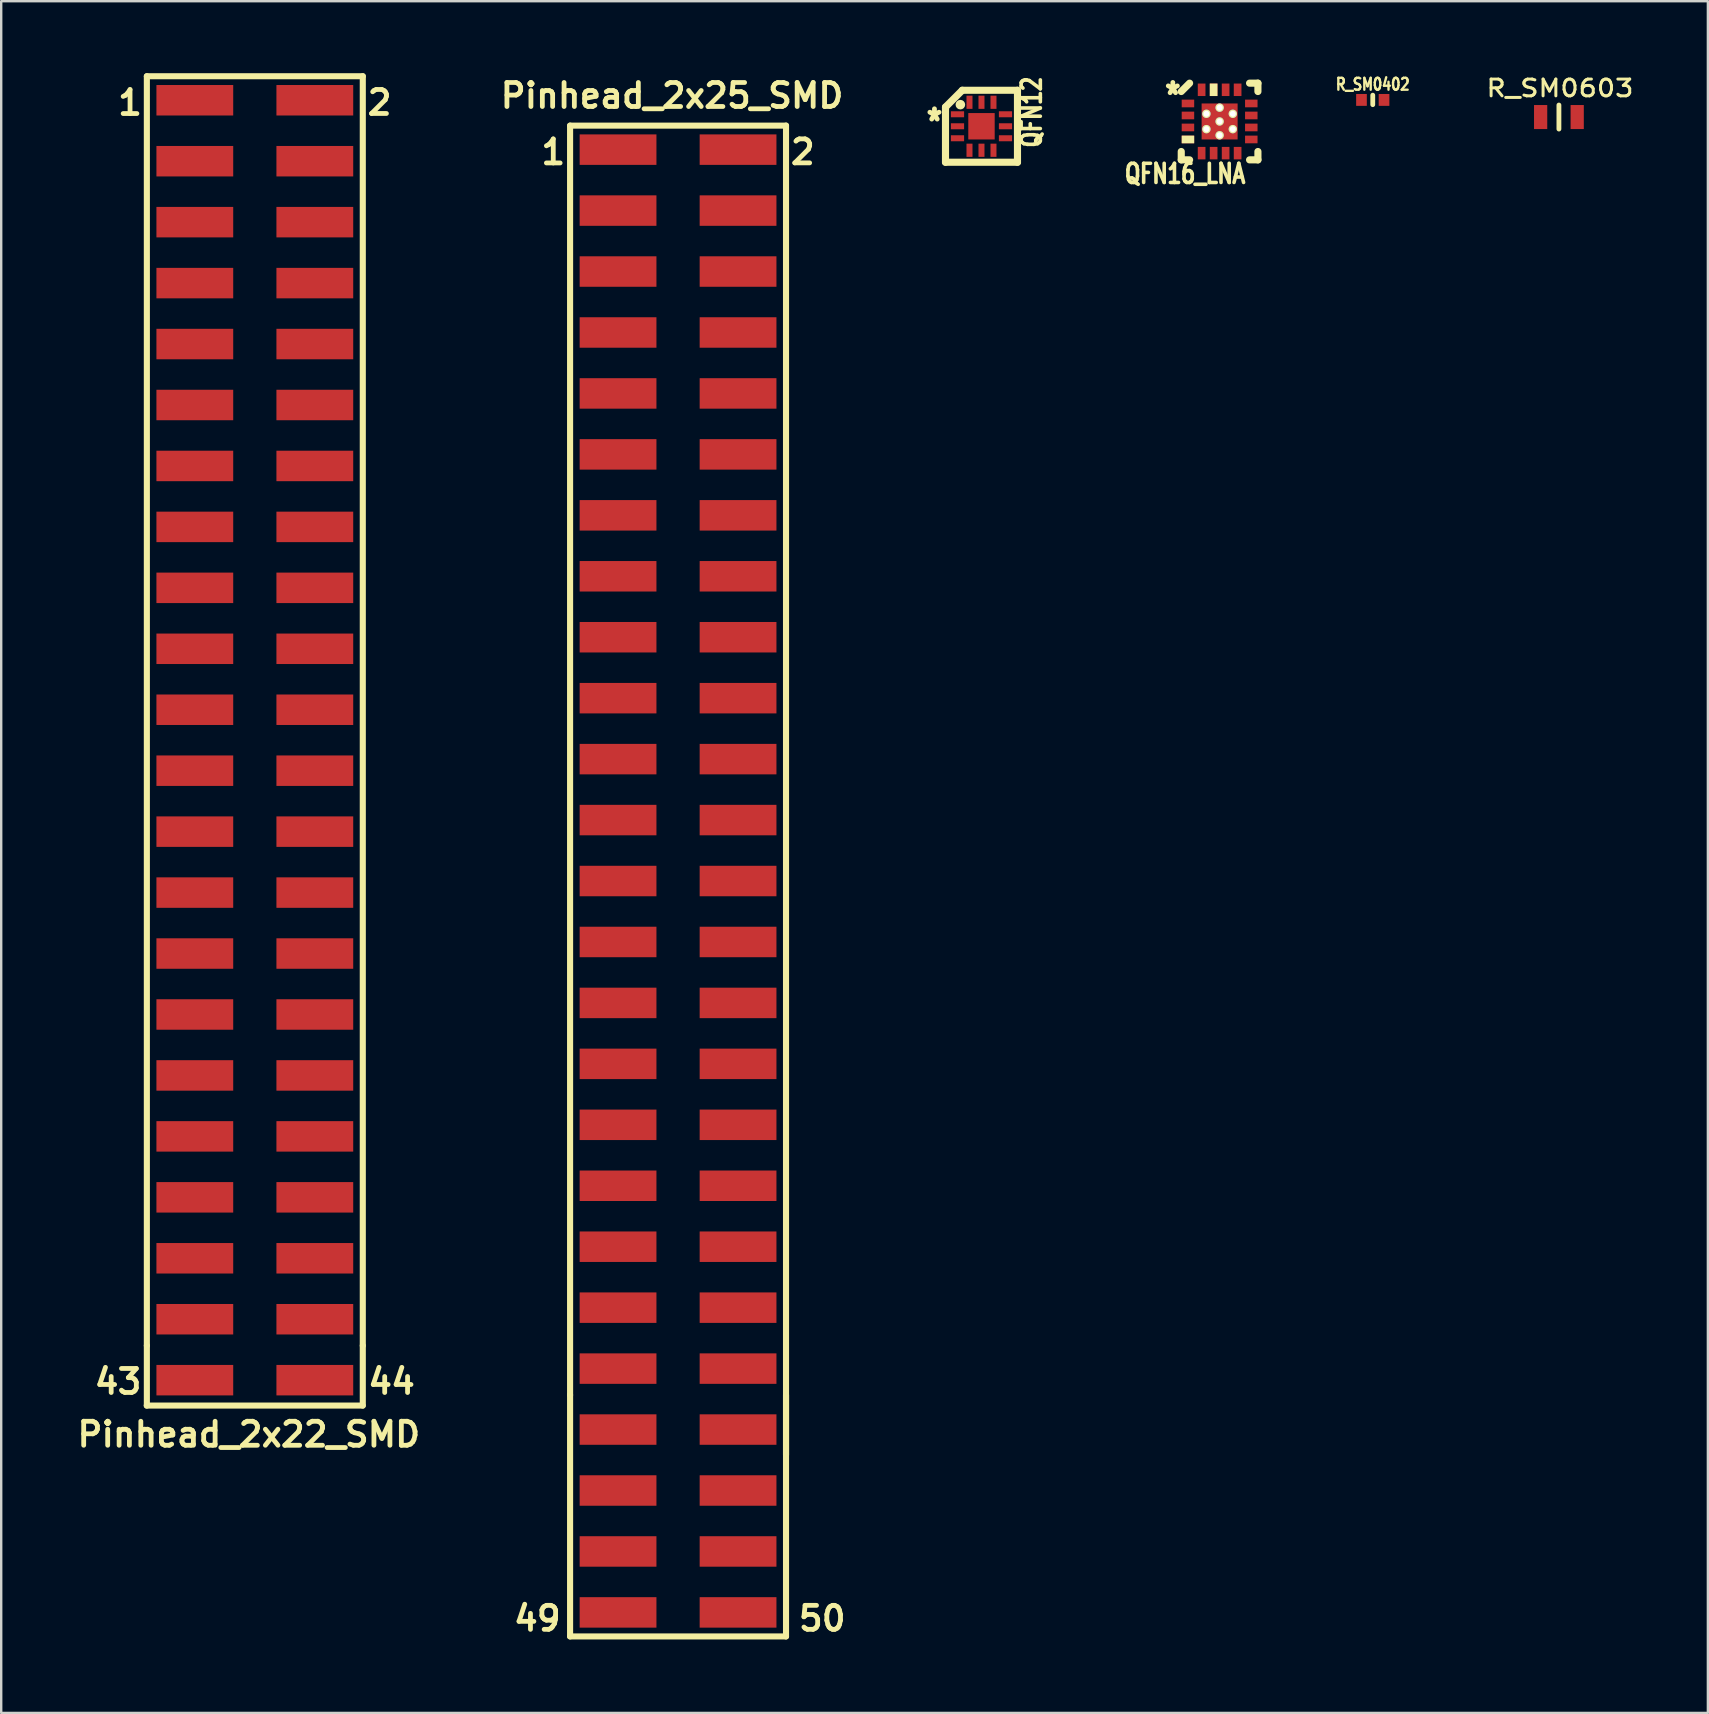
<source format=kicad_pcb>
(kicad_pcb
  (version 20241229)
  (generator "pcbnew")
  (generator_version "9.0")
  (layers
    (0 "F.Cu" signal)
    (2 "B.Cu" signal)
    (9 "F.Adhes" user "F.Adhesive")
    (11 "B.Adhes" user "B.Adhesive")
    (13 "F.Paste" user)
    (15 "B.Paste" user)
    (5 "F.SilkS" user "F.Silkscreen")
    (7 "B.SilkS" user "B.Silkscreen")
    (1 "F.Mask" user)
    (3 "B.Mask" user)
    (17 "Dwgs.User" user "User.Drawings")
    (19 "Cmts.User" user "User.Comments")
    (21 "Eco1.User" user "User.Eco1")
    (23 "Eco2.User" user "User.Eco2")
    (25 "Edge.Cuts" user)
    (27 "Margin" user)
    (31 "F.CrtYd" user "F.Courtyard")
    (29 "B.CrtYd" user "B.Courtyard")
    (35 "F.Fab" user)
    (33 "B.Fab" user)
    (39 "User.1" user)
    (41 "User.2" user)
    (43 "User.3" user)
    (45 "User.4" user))
  (footprint "R_SM0603"
    (layer "F.Cu")
    (at 61.917 1.828)
    (property "Reference" "R_SM0603" (at 0.043 -1.201 0) (layer "F.SilkS") (effects (font (size 0.699 0.798) (thickness 0.124))))
    (attr smd)
    (fp_line (start 0 0.5) (end 0 -0.5) (stroke (width 0.201) (type solid)) (layer "F.SilkS"))
    (pad "1" smd rect (at -0.762 0) (size 0.551 1.001) (layers "F.Cu" "F.Mask" "F.Paste"))
    (pad "2" smd rect (at 0.762 0) (size 0.551 1.001) (layers "F.Cu" "F.Mask" "F.Paste")))
  (footprint "Pinhead_2x25_SMD"
    (layer "F.Cu")
    (at 22.707 3.186)
    (property "Reference" "Pinhead_2x25_SMD" (at 2.25 -2.25 0) (layer "F.SilkS") (effects (font (size 1 1) (thickness 0.2))))
    (attr smd)
    (fp_line (start -1.999 -1.001) (end -1.999 51.9) (stroke (width 0.254) (type solid)) (layer "F.SilkS"))
    (fp_line (start -1.999 -1.001) (end 7 -1.001) (stroke (width 0.254) (type solid)) (layer "F.SilkS"))
    (fp_line (start -1.999 51.9) (end -1.999 61.961) (stroke (width 0.254) (type solid)) (layer "F.SilkS"))
    (fp_line (start -1.999 61.961) (end 7 61.961) (stroke (width 0.254) (type solid)) (layer "F.SilkS"))
    (fp_line (start 7 51.9) (end 7 54.399) (stroke (width 0.254) (type solid)) (layer "F.SilkS"))
    (fp_line (start 7 61.961) (end 7 -1.001) (stroke (width 0.254) (type solid)) (layer "F.SilkS"))
    (fp_text user "1" (at -2.7 0.102 0) (layer "F.SilkS") (effects (font (size 1 1) (thickness 0.2))))
    (fp_text user "50" (at 8.509 61.214 0) (layer "F.SilkS") (effects (font (size 1 1) (thickness 0.2))))
    (fp_text user "2" (at 7.699 0.099 0) (layer "F.SilkS") (effects (font (size 1 1) (thickness 0.2))))
    (fp_text user "49" (at -3.365 61.214 0) (layer "F.SilkS") (effects (font (size 1 1) (thickness 0.2))))
    (pad "1" smd rect (at 0 0) (size 3.2 1.27) (layers "F.Cu" "F.Mask" "F.Paste"))
    (pad "2" smd rect (at 5.001 0) (size 3.2 1.27) (layers "F.Cu" "F.Mask" "F.Paste"))
    (pad "3" smd rect (at 0 2.54) (size 3.2 1.27) (layers "F.Cu" "F.Mask" "F.Paste"))
    (pad "4" smd rect (at 5.001 2.54) (size 3.2 1.27) (layers "F.Cu" "F.Mask" "F.Paste"))
    (pad "5" smd rect (at 0 5.08) (size 3.2 1.27) (layers "F.Cu" "F.Mask" "F.Paste"))
    (pad "6" smd rect (at 5.001 5.08) (size 3.2 1.27) (layers "F.Cu" "F.Mask" "F.Paste"))
    (pad "7" smd rect (at 0 7.62) (size 3.2 1.27) (layers "F.Cu" "F.Mask" "F.Paste"))
    (pad "8" smd rect (at 5.001 7.62) (size 3.2 1.27) (layers "F.Cu" "F.Mask" "F.Paste"))
    (pad "9" smd rect (at 0 10.16) (size 3.2 1.27) (layers "F.Cu" "F.Mask" "F.Paste"))
    (pad "10" smd rect (at 5.001 10.16) (size 3.2 1.27) (layers "F.Cu" "F.Mask" "F.Paste"))
    (pad "11" smd rect (at 0 12.7) (size 3.2 1.27) (layers "F.Cu" "F.Mask" "F.Paste"))
    (pad "12" smd rect (at 5.001 12.7) (size 3.2 1.27) (layers "F.Cu" "F.Mask" "F.Paste"))
    (pad "13" smd rect (at 0 15.24) (size 3.2 1.27) (layers "F.Cu" "F.Mask" "F.Paste"))
    (pad "14" smd rect (at 5.001 15.24) (size 3.2 1.27) (layers "F.Cu" "F.Mask" "F.Paste"))
    (pad "15" smd rect (at 0 17.78) (size 3.2 1.27) (layers "F.Cu" "F.Mask" "F.Paste"))
    (pad "16" smd rect (at 5.001 17.78) (size 3.2 1.27) (layers "F.Cu" "F.Mask" "F.Paste"))
    (pad "17" smd rect (at 0 20.32) (size 3.2 1.27) (layers "F.Cu" "F.Mask" "F.Paste"))
    (pad "18" smd rect (at 5.001 20.32) (size 3.2 1.27) (layers "F.Cu" "F.Mask" "F.Paste"))
    (pad "19" smd rect (at 0 22.86) (size 3.2 1.27) (layers "F.Cu" "F.Mask" "F.Paste"))
    (pad "20" smd rect (at 5.001 22.86) (size 3.2 1.27) (layers "F.Cu" "F.Mask" "F.Paste"))
    (pad "21" smd rect (at 0 25.4) (size 3.2 1.27) (layers "F.Cu" "F.Mask" "F.Paste"))
    (pad "22" smd rect (at 5.001 25.4) (size 3.2 1.27) (layers "F.Cu" "F.Mask" "F.Paste"))
    (pad "23" smd rect (at 0 27.94) (size 3.2 1.27) (layers "F.Cu" "F.Mask" "F.Paste"))
    (pad "24" smd rect (at 5.001 27.94) (size 3.2 1.27) (layers "F.Cu" "F.Mask" "F.Paste"))
    (pad "25" smd rect (at 0 30.48) (size 3.2 1.27) (layers "F.Cu" "F.Mask" "F.Paste"))
    (pad "26" smd rect (at 5.001 30.48) (size 3.2 1.27) (layers "F.Cu" "F.Mask" "F.Paste"))
    (pad "27" smd rect (at 0 33.02) (size 3.2 1.27) (layers "F.Cu" "F.Mask" "F.Paste"))
    (pad "28" smd rect (at 5.001 33.02) (size 3.2 1.27) (layers "F.Cu" "F.Mask" "F.Paste"))
    (pad "29" smd rect (at 0 35.56) (size 3.2 1.27) (layers "F.Cu" "F.Mask" "F.Paste"))
    (pad "30" smd rect (at 5.001 35.56) (size 3.2 1.27) (layers "F.Cu" "F.Mask" "F.Paste"))
    (pad "31" smd rect (at 0 38.1) (size 3.2 1.27) (layers "F.Cu" "F.Mask" "F.Paste"))
    (pad "32" smd rect (at 5.001 38.1) (size 3.2 1.27) (layers "F.Cu" "F.Mask" "F.Paste"))
    (pad "33" smd rect (at 0 40.64) (size 3.2 1.27) (layers "F.Cu" "F.Mask" "F.Paste"))
    (pad "34" smd rect (at 5.001 40.64) (size 3.2 1.27) (layers "F.Cu" "F.Mask" "F.Paste"))
    (pad "35" smd rect (at 0 43.18) (size 3.2 1.27) (layers "F.Cu" "F.Mask" "F.Paste"))
    (pad "36" smd rect (at 5.001 43.18) (size 3.2 1.27) (layers "F.Cu" "F.Mask" "F.Paste"))
    (pad "37" smd rect (at 0 45.72) (size 3.2 1.27) (layers "F.Cu" "F.Mask" "F.Paste"))
    (pad "38" smd rect (at 5.001 45.72) (size 3.2 1.27) (layers "F.Cu" "F.Mask" "F.Paste"))
    (pad "39" smd rect (at 0 48.26) (size 3.2 1.27) (layers "F.Cu" "F.Mask" "F.Paste"))
    (pad "40" smd rect (at 5.001 48.26) (size 3.2 1.27) (layers "F.Cu" "F.Mask" "F.Paste"))
    (pad "41" smd rect (at 0 50.8) (size 3.2 1.27) (layers "F.Cu" "F.Mask" "F.Paste"))
    (pad "42" smd rect (at 5.001 50.8) (size 3.2 1.27) (layers "F.Cu" "F.Mask" "F.Paste"))
    (pad "43" smd rect (at 0 53.34) (size 3.2 1.27) (layers "F.Cu" "F.Mask" "F.Paste"))
    (pad "44" smd rect (at 5.001 53.34) (size 3.2 1.27) (layers "F.Cu" "F.Mask" "F.Paste"))
    (pad "45" smd rect (at 0 55.88) (size 3.2 1.27) (layers "F.Cu" "F.Mask" "F.Paste"))
    (pad "46" smd rect (at 5.001 55.88) (size 3.2 1.27) (layers "F.Cu" "F.Mask" "F.Paste"))
    (pad "47" smd rect (at 0 58.42) (size 3.2 1.27) (layers "F.Cu" "F.Mask" "F.Paste"))
    (pad "48" smd rect (at 5.001 58.42) (size 3.2 1.27) (layers "F.Cu" "F.Mask" "F.Paste"))
    (pad "49" smd rect (at 0 60.96) (size 3.2 1.27) (layers "F.Cu" "F.Mask" "F.Paste"))
    (pad "50" smd rect (at 5.001 60.96) (size 3.2 1.27) (layers "F.Cu" "F.Mask" "F.Paste")))
  (footprint "R_SM0402"
    (layer "F.Cu")
    (at 54.159 1.114)
    (property "Reference" "R_SM0402" (at 0 -0.65 0) (layer "F.SilkS") (effects (font (size 0.495 0.399) (thickness 0.099))))
    (attr through_hole)
    (fp_line (start 0 -0.198) (end 0 0.198) (stroke (width 0.2) (type solid)) (layer "F.SilkS"))
    (pad "1" smd rect (at -0.47 0) (size 0.445 0.495) (layers "F.Cu" "F.Mask" "F.Paste"))
    (pad "2" smd rect (at 0.47 0) (size 0.445 0.495) (layers "F.Cu" "F.Mask" "F.Paste")))
  (footprint "QFN16_LNA"
    (layer "F.Cu")
    (at 47.777 2.012)
    (property "Reference" "QFN16_LNA" (at -1.44 2.18 0) (layer "F.SilkS") (effects (font (size 0.798 0.599) (thickness 0.15))))
    (attr smd)
    (fp_line (start -1.599 1.252) (end -1.599 1.6) (stroke (width 0.297) (type solid)) (layer "F.SilkS"))
    (fp_line (start -1.251 -1.596) (end -1.599 -1.248) (stroke (width 0.297) (type solid)) (layer "F.SilkS"))
    (fp_line (start -1.251 1.6) (end -1.599 1.6) (stroke (width 0.297) (type solid)) (layer "F.SilkS"))
    (fp_line (start 1.248 1.6) (end 1.596 1.6) (stroke (width 0.297) (type solid)) (layer "F.SilkS"))
    (fp_line (start 1.596 -1.596) (end 1.248 -1.596) (stroke (width 0.297) (type solid)) (layer "F.SilkS"))
    (fp_line (start 1.596 -1.596) (end 1.596 -1.248) (stroke (width 0.297) (type solid)) (layer "F.SilkS"))
    (fp_line (start 1.596 1.6) (end 1.596 1.252) (stroke (width 0.297) (type solid)) (layer "F.SilkS"))
    (fp_text user "*" (at -1.95 -1.08 0) (layer "F.SilkS") (effects (font (size 0.998 0.798) (thickness 0.198))))
    (pad "1" smd rect (at -1.32 -0.75 180) (size 0.52 0.32) (layers "F.Cu" "F.Mask" "F.Paste"))
    (pad "2" smd rect (at -1.32 -0.25 180) (size 0.52 0.32) (layers "F.Cu" "F.Mask" "F.Paste"))
    (pad "3" smd rect (at -1.32 0.25 180) (size 0.52 0.32) (layers "F.Cu" "F.Mask" "F.Paste"))
    (pad "4" smd rect (at -1.32 0.75 180) (size 0.52 0.32) (layers "F.Cu" "F.Mask" "F.SilkS" "F.Paste"))
    (pad "5" smd rect (at -0.75 1.32 90) (size 0.52 0.32) (layers "F.Cu" "F.Mask" "F.Paste"))
    (pad "6" smd rect (at -0.25 1.32 90) (size 0.52 0.32) (layers "F.Cu" "F.Mask" "F.Paste"))
    (pad "7" smd rect (at 0.25 1.32 90) (size 0.52 0.32) (layers "F.Cu" "F.Mask" "F.Paste"))
    (pad "8" smd rect (at 0.75 1.32 90) (size 0.52 0.32) (layers "F.Cu" "F.Mask" "F.Paste"))
    (pad "9" smd rect (at 1.32 0.75 180) (size 0.52 0.32) (layers "F.Cu" "F.Mask" "F.Paste"))
    (pad "10" smd rect (at 1.32 0.25 180) (size 0.52 0.32) (layers "F.Cu" "F.Mask" "F.Paste"))
    (pad "11" smd rect (at 1.32 -0.25 180) (size 0.52 0.32) (layers "F.Cu" "F.Mask" "F.Paste"))
    (pad "12" smd rect (at 1.32 -0.75 180) (size 0.52 0.32) (layers "F.Cu" "F.Mask" "F.Paste"))
    (pad "13" smd rect (at 0.75 -1.32 90) (size 0.52 0.32) (layers "F.Cu" "F.Mask" "F.Paste"))
    (pad "14" smd rect (at 0.25 -1.32 90) (size 0.52 0.32) (layers "F.Cu" "F.Mask" "F.Paste"))
    (pad "15" smd rect (at -0.25 -1.32 90) (size 0.52 0.32) (layers "F.Cu" "F.Mask" "F.SilkS" "F.Paste"))
    (pad "16" smd rect (at -0.75 -1.32 90) (size 0.52 0.32) (layers "F.Cu" "F.Mask" "F.Paste"))
    (pad "17" thru_hole circle (at -0.55 -0.32 90) (size 0.35 0.35) (drill 0.25) (layers "*.Cu" "*.Mask" "F.SilkS"))
    (pad "17" thru_hole circle (at -0.55 0.32 90) (size 0.35 0.35) (drill 0.25) (layers "*.Cu" "*.Mask" "F.SilkS"))
    (pad "17" thru_hole circle (at 0 -0.575 90) (size 0.35 0.35) (drill 0.25) (layers "*.Cu" "*.Mask" "F.SilkS"))
    (pad "17" thru_hole circle (at 0 0 90) (size 0.35 0.35) (drill 0.25) (layers "*.Cu" "*.Mask" "F.SilkS"))
    (pad "17" smd rect (at 0 0 180) (size 1.5 1.5) (layers "F.Cu" "F.Mask" "F.Paste"))
    (pad "17" thru_hole circle (at 0 0.575 90) (size 0.35 0.35) (drill 0.25) (layers "*.Cu" "*.Mask" "F.SilkS"))
    (pad "17" thru_hole circle (at 0.55 -0.32 90) (size 0.35 0.35) (drill 0.25) (layers "*.Cu" "*.Mask" "F.SilkS"))
    (pad "17" thru_hole circle (at 0.55 0.32 90) (size 0.35 0.35) (drill 0.25) (layers "*.Cu" "*.Mask" "F.SilkS")))
  (footprint "QFN12"
    (layer "F.Cu")
    (at 37.853 2.212)
    (property "Reference" "QFN12" (at 2.09 -0.59 90) (layer "F.SilkS") (effects (font (size 0.8 0.6) (thickness 0.15))))
    (attr smd)
    (fp_line (start -1.5 -0.8) (end -0.8 -1.5) (stroke (width 0.297) (type solid)) (layer "F.SilkS"))
    (fp_line (start -1.5 1.5) (end -1.5 -0.8) (stroke (width 0.297) (type solid)) (layer "F.SilkS"))
    (fp_line (start -0.8 -1.5) (end 1.5 -1.5) (stroke (width 0.297) (type solid)) (layer "F.SilkS"))
    (fp_line (start 1.5 -1.5) (end 1.5 1.5) (stroke (width 0.297) (type solid)) (layer "F.SilkS"))
    (fp_line (start 1.5 1.5) (end -1.5 1.5) (stroke (width 0.297) (type solid)) (layer "F.SilkS"))
    (fp_circle (center -0.88 -0.9) (end -0.8 -0.84) (stroke (width 0.2) (type solid)) (fill no) (layer "F.SilkS"))
    (fp_text user "*" (at -1.96 -0.18 0) (layer "F.SilkS") (effects (font (size 1 0.8) (thickness 0.2))))
    (pad "1" smd rect (at -1 -0.5) (size 0.55 0.25) (layers "F.Cu" "F.Mask" "F.Paste"))
    (pad "2" smd rect (at -1 0) (size 0.55 0.25) (layers "F.Cu" "F.Mask" "F.Paste"))
    (pad "3" smd rect (at -1 0.5) (size 0.55 0.25) (layers "F.Cu" "F.Mask" "F.Paste"))
    (pad "4" smd rect (at -0.5 1) (size 0.25 0.55) (layers "F.Cu" "F.Mask" "F.Paste"))
    (pad "5" smd rect (at 0 1) (size 0.25 0.55) (layers "F.Cu" "F.Mask" "F.Paste"))
    (pad "6" smd rect (at 0.5 1) (size 0.25 0.55) (layers "F.Cu" "F.Mask" "F.Paste"))
    (pad "7" smd rect (at 1 0.5) (size 0.55 0.25) (layers "F.Cu" "F.Mask" "F.Paste"))
    (pad "8" smd rect (at 1 0) (size 0.55 0.25) (layers "F.Cu" "F.Mask" "F.Paste"))
    (pad "9" smd rect (at 1 -0.5) (size 0.55 0.25) (layers "F.Cu" "F.Mask" "F.Paste"))
    (pad "10" smd rect (at 0.5 -1) (size 0.25 0.55) (layers "F.Cu" "F.Mask" "F.Paste"))
    (pad "11" smd rect (at 0 -1) (size 0.25 0.55) (layers "F.Cu" "F.Mask" "F.Paste"))
    (pad "12" smd rect (at -0.5 -1) (size 0.25 0.55) (layers "F.Cu" "F.Mask" "F.Paste"))
    (pad "13" smd rect (at 0 0) (size 1.1 1.1) (layers "F.Cu" "F.Mask" "F.Paste")))
  (footprint "Pinhead_2x22_SMD"
    (layer "F.Cu")
    (at 5.069 1.128)
    (property "Reference" "Pinhead_2x22_SMD" (at 2.25 55.6 0) (layer "F.SilkS") (effects (font (size 1 1) (thickness 0.2))))
    (attr smd)
    (fp_line (start -2.004 54.399) (end 6.995 54.399) (stroke (width 0.254) (type solid)) (layer "F.SilkS"))
    (fp_line (start -1.999 -1.001) (end -1.999 51.9) (stroke (width 0.254) (type solid)) (layer "F.SilkS"))
    (fp_line (start -1.999 -1.001) (end 7 -1.001) (stroke (width 0.254) (type solid)) (layer "F.SilkS"))
    (fp_line (start -1.999 51.9) (end -1.999 54.399) (stroke (width 0.254) (type solid)) (layer "F.SilkS"))
    (fp_line (start 7 51.9) (end 7 -1.001) (stroke (width 0.254) (type solid)) (layer "F.SilkS"))
    (fp_line (start 7 51.9) (end 7 54.399) (stroke (width 0.254) (type solid)) (layer "F.SilkS"))
    (fp_text user "43" (at -3.2 53.401 0) (layer "F.SilkS") (effects (font (size 1 1) (thickness 0.2))))
    (fp_text user "1" (at -2.7 0.102 0) (layer "F.SilkS") (effects (font (size 1 1) (thickness 0.2))))
    (fp_text user "44" (at 8.199 53.401 0) (layer "F.SilkS") (effects (font (size 1 1) (thickness 0.2))))
    (fp_text user "2" (at 7.699 0.099 0) (layer "F.SilkS") (effects (font (size 1 1) (thickness 0.2))))
    (pad "1" smd rect (at 0 0) (size 3.2 1.27) (layers "F.Cu" "F.Mask" "F.Paste"))
    (pad "2" smd rect (at 5.001 0) (size 3.2 1.27) (layers "F.Cu" "F.Mask" "F.Paste"))
    (pad "3" smd rect (at 0 2.54) (size 3.2 1.27) (layers "F.Cu" "F.Mask" "F.Paste"))
    (pad "4" smd rect (at 5.001 2.54) (size 3.2 1.27) (layers "F.Cu" "F.Mask" "F.Paste"))
    (pad "5" smd rect (at 0 5.08) (size 3.2 1.27) (layers "F.Cu" "F.Mask" "F.Paste"))
    (pad "6" smd rect (at 5.001 5.08) (size 3.2 1.27) (layers "F.Cu" "F.Mask" "F.Paste"))
    (pad "7" smd rect (at 0 7.62) (size 3.2 1.27) (layers "F.Cu" "F.Mask" "F.Paste"))
    (pad "8" smd rect (at 5.001 7.62) (size 3.2 1.27) (layers "F.Cu" "F.Mask" "F.Paste"))
    (pad "9" smd rect (at 0 10.16) (size 3.2 1.27) (layers "F.Cu" "F.Mask" "F.Paste"))
    (pad "10" smd rect (at 5.001 10.16) (size 3.2 1.27) (layers "F.Cu" "F.Mask" "F.Paste"))
    (pad "11" smd rect (at 0 12.7) (size 3.2 1.27) (layers "F.Cu" "F.Mask" "F.Paste"))
    (pad "12" smd rect (at 5.001 12.7) (size 3.2 1.27) (layers "F.Cu" "F.Mask" "F.Paste"))
    (pad "13" smd rect (at 0 15.24) (size 3.2 1.27) (layers "F.Cu" "F.Mask" "F.Paste"))
    (pad "14" smd rect (at 5.001 15.24) (size 3.2 1.27) (layers "F.Cu" "F.Mask" "F.Paste"))
    (pad "15" smd rect (at 0 17.78) (size 3.2 1.27) (layers "F.Cu" "F.Mask" "F.Paste"))
    (pad "16" smd rect (at 5.001 17.78) (size 3.2 1.27) (layers "F.Cu" "F.Mask" "F.Paste"))
    (pad "17" smd rect (at 0 20.32) (size 3.2 1.27) (layers "F.Cu" "F.Mask" "F.Paste"))
    (pad "18" smd rect (at 5.001 20.32) (size 3.2 1.27) (layers "F.Cu" "F.Mask" "F.Paste"))
    (pad "19" smd rect (at 0 22.86) (size 3.2 1.27) (layers "F.Cu" "F.Mask" "F.Paste"))
    (pad "20" smd rect (at 5.001 22.86) (size 3.2 1.27) (layers "F.Cu" "F.Mask" "F.Paste"))
    (pad "21" smd rect (at 0 25.4) (size 3.2 1.27) (layers "F.Cu" "F.Mask" "F.Paste"))
    (pad "22" smd rect (at 5.001 25.4) (size 3.2 1.27) (layers "F.Cu" "F.Mask" "F.Paste"))
    (pad "23" smd rect (at 0 27.94) (size 3.2 1.27) (layers "F.Cu" "F.Mask" "F.Paste"))
    (pad "24" smd rect (at 5.001 27.94) (size 3.2 1.27) (layers "F.Cu" "F.Mask" "F.Paste"))
    (pad "25" smd rect (at 0 30.48) (size 3.2 1.27) (layers "F.Cu" "F.Mask" "F.Paste"))
    (pad "26" smd rect (at 5.001 30.48) (size 3.2 1.27) (layers "F.Cu" "F.Mask" "F.Paste"))
    (pad "27" smd rect (at 0 33.02) (size 3.2 1.27) (layers "F.Cu" "F.Mask" "F.Paste"))
    (pad "28" smd rect (at 5.001 33.02) (size 3.2 1.27) (layers "F.Cu" "F.Mask" "F.Paste"))
    (pad "29" smd rect (at 0 35.56) (size 3.2 1.27) (layers "F.Cu" "F.Mask" "F.Paste"))
    (pad "30" smd rect (at 5.001 35.56) (size 3.2 1.27) (layers "F.Cu" "F.Mask" "F.Paste"))
    (pad "31" smd rect (at 0 38.1) (size 3.2 1.27) (layers "F.Cu" "F.Mask" "F.Paste"))
    (pad "32" smd rect (at 5.001 38.1) (size 3.2 1.27) (layers "F.Cu" "F.Mask" "F.Paste"))
    (pad "33" smd rect (at 0 40.64) (size 3.2 1.27) (layers "F.Cu" "F.Mask" "F.Paste"))
    (pad "34" smd rect (at 5.001 40.64) (size 3.2 1.27) (layers "F.Cu" "F.Mask" "F.Paste"))
    (pad "35" smd rect (at 0 43.18) (size 3.2 1.27) (layers "F.Cu" "F.Mask" "F.Paste"))
    (pad "36" smd rect (at 5.001 43.18) (size 3.2 1.27) (layers "F.Cu" "F.Mask" "F.Paste"))
    (pad "37" smd rect (at 0 45.72) (size 3.2 1.27) (layers "F.Cu" "F.Mask" "F.Paste"))
    (pad "38" smd rect (at 5.001 45.72) (size 3.2 1.27) (layers "F.Cu" "F.Mask" "F.Paste"))
    (pad "39" smd rect (at 0 48.26) (size 3.2 1.27) (layers "F.Cu" "F.Mask" "F.Paste"))
    (pad "40" smd rect (at 5.001 48.26) (size 3.2 1.27) (layers "F.Cu" "F.Mask" "F.Paste"))
    (pad "41" smd rect (at 0 50.8) (size 3.2 1.27) (layers "F.Cu" "F.Mask" "F.Paste"))
    (pad "42" smd rect (at 5.001 50.8) (size 3.2 1.27) (layers "F.Cu" "F.Mask" "F.Paste"))
    (pad "43" smd rect (at 0 53.34) (size 3.2 1.27) (layers "F.Cu" "F.Mask" "F.Paste"))
    (pad "44" smd rect (at 5.001 53.34) (size 3.2 1.27) (layers "F.Cu" "F.Mask" "F.Paste")))
  (gr_rect
    (start -3 -3)
    (end 68.125 68.336)
    (stroke (width 0.1) (type default))
    (fill no)
    (layer "Edge.Cuts")))
</source>
